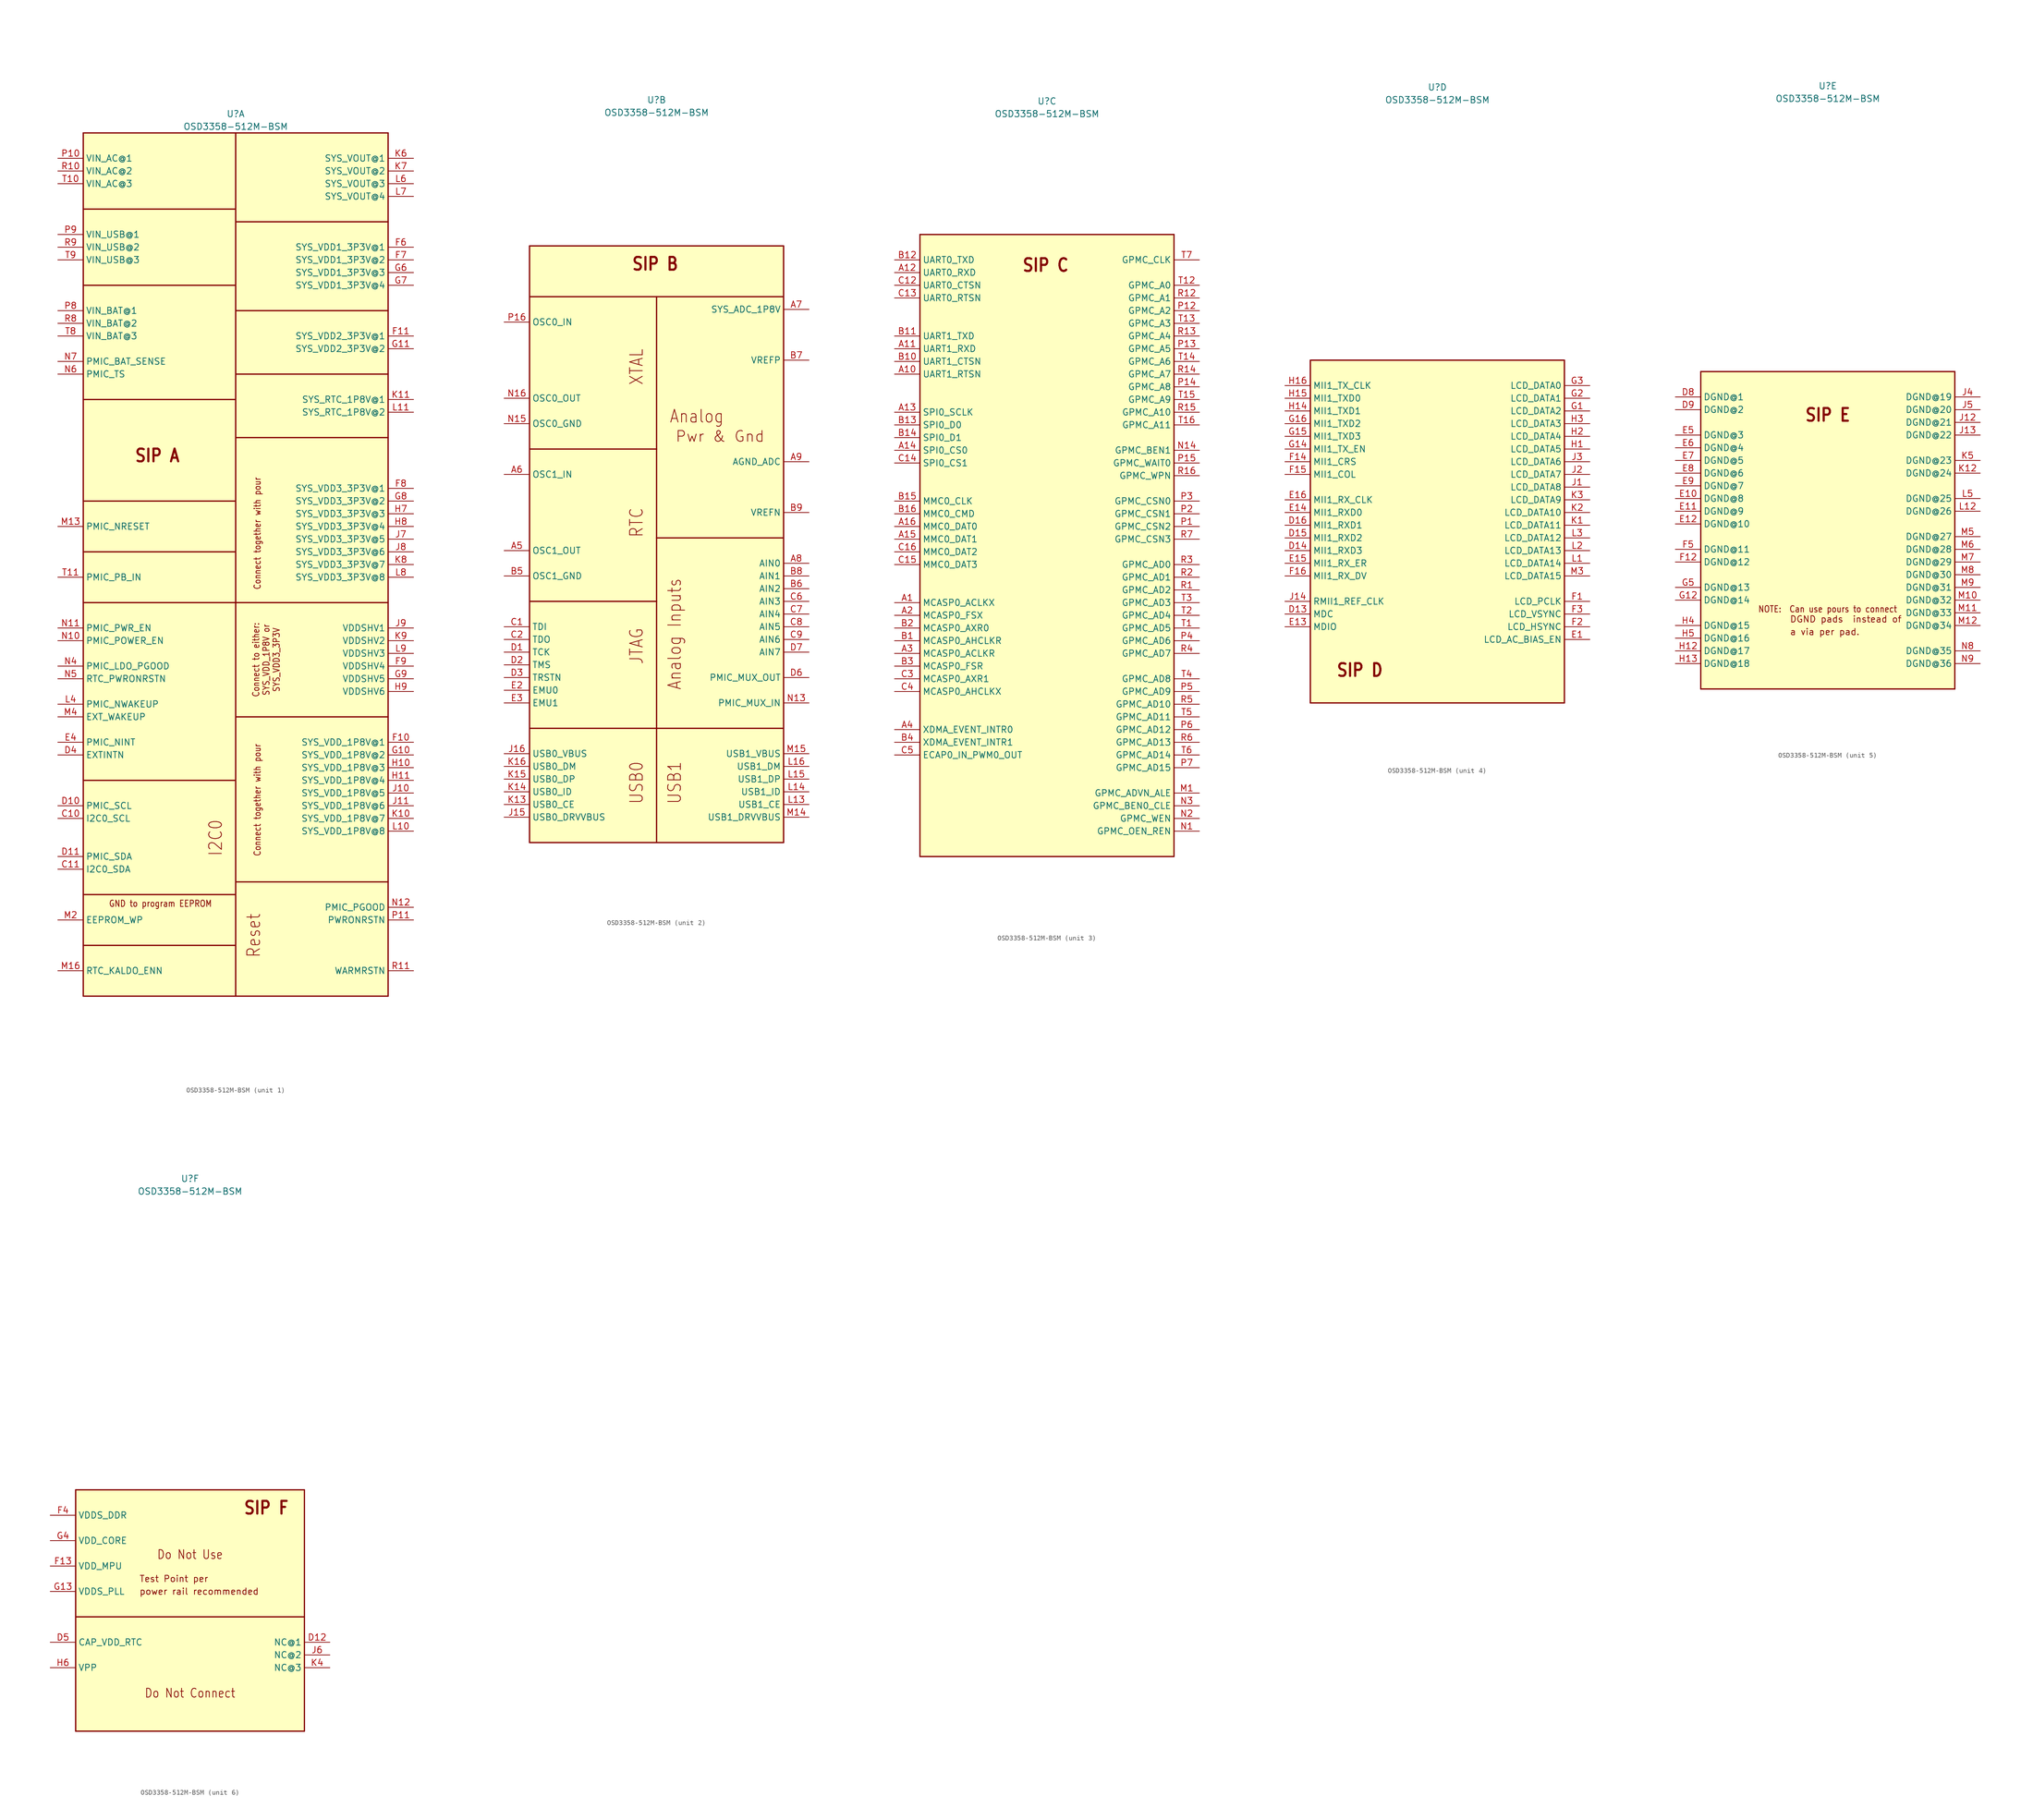
<source format=kicad_sym>
(kicad_symbol_lib
  (version 20220914)
  (generator kicad_symbol_editor)
  (symbol "OSD3358-512M-BSM"
    (property "Reference" "U"
      (at 0 87.63 0)
      (effects (font (size 1.27 1.27))))
    (property "Value" "OSD3358-512M-BSM"
      (at 0 85.09 0)
      (effects (font (size 1.27 1.27))))
    (property "ki_locked" ""
      (at 0 0 0)
      (effects (font (size 1.27 1.27))))
    (symbol "OSD3358-512M-BSM_1_0"
      (polyline (pts (xy -30.48 -88.9) (xy -30.48 -78.74)) (stroke (width 0.254) (type default)) (fill (type none)))
      (polyline (pts (xy -30.48 -88.9) (xy 0 -88.9)) (stroke (width 0.254) (type default)) (fill (type none)))
      (polyline (pts (xy -30.48 -78.74) (xy -30.48 -68.58)) (stroke (width 0.254) (type default)) (fill (type none)))
      (polyline (pts (xy -30.48 -68.58) (xy -30.48 -45.72)) (stroke (width 0.254) (type default)) (fill (type none)))
      (polyline (pts (xy -30.48 -45.72) (xy -30.48 -10.16)) (stroke (width 0.254) (type default)) (fill (type none)))
      (polyline (pts (xy -30.48 -10.16) (xy -30.48 0)) (stroke (width 0.254) (type default)) (fill (type none)))
      (polyline (pts (xy -30.48 0) (xy -30.48 10.16)) (stroke (width 0.254) (type default)) (fill (type none)))
      (polyline (pts (xy -30.48 10.16) (xy -30.48 30.48)) (stroke (width 0.254) (type default)) (fill (type none)))
      (polyline (pts (xy -30.48 30.48) (xy -30.48 53.34)) (stroke (width 0.254) (type default)) (fill (type none)))
      (polyline (pts (xy -30.48 53.34) (xy -30.48 68.58)) (stroke (width 0.254) (type default)) (fill (type none)))
      (polyline (pts (xy -30.48 68.58) (xy -30.48 83.82)) (stroke (width 0.254) (type default)) (fill (type none)))
      (polyline (pts (xy -30.48 83.82) (xy 0 83.82)) (stroke (width 0.254) (type default)) (fill (type none)))
      (polyline (pts (xy 0 -88.9) (xy 30.48 -88.9)) (stroke (width 0.254) (type default)) (fill (type none)))
      (polyline (pts (xy 0 -78.74) (xy -30.48 -78.74)) (stroke (width 0.254) (type default)) (fill (type none)))
      (polyline (pts (xy 0 -78.74) (xy 0 -88.9)) (stroke (width 0.254) (type default)) (fill (type none)))
      (polyline (pts (xy 0 -68.58) (xy -30.48 -68.58)) (stroke (width 0.254) (type default)) (fill (type none)))
      (polyline (pts (xy 0 -68.58) (xy 0 -78.74)) (stroke (width 0.254) (type default)) (fill (type none)))
      (polyline (pts (xy 0 -66.04) (xy 0 -68.58)) (stroke (width 0.254) (type default)) (fill (type none)))
      (polyline (pts (xy 0 -45.72) (xy -30.48 -45.72)) (stroke (width 0.254) (type default)) (fill (type none)))
      (polyline (pts (xy 0 -45.72) (xy 0 -66.04)) (stroke (width 0.254) (type default)) (fill (type none)))
      (polyline (pts (xy 0 -33.02) (xy 0 -45.72)) (stroke (width 0.254) (type default)) (fill (type none)))
      (polyline (pts (xy 0 -10.16) (xy -30.48 -10.16)) (stroke (width 0.254) (type default)) (fill (type none)))
      (polyline (pts (xy 0 -10.16) (xy 0 -33.02)) (stroke (width 0.254) (type default)) (fill (type none)))
      (polyline (pts (xy 0 0) (xy -30.48 0)) (stroke (width 0.254) (type default)) (fill (type none)))
      (polyline (pts (xy 0 0) (xy 0 -10.16)) (stroke (width 0.254) (type default)) (fill (type none)))
      (polyline (pts (xy 0 10.16) (xy -30.48 10.16)) (stroke (width 0.254) (type default)) (fill (type none)))
      (polyline (pts (xy 0 10.16) (xy 0 0)) (stroke (width 0.254) (type default)) (fill (type none)))
      (polyline (pts (xy 0 22.86) (xy 0 10.16)) (stroke (width 0.254) (type default)) (fill (type none)))
      (polyline (pts (xy 0 30.48) (xy -30.48 30.48)) (stroke (width 0.254) (type default)) (fill (type none)))
      (polyline (pts (xy 0 30.48) (xy 0 22.86)) (stroke (width 0.254) (type default)) (fill (type none)))
      (polyline (pts (xy 0 35.56) (xy 0 30.48)) (stroke (width 0.254) (type default)) (fill (type none)))
      (polyline (pts (xy 0 48.26) (xy 0 35.56)) (stroke (width 0.254) (type default)) (fill (type none)))
      (polyline (pts (xy 0 53.34) (xy -30.48 53.34)) (stroke (width 0.254) (type default)) (fill (type none)))
      (polyline (pts (xy 0 53.34) (xy 0 48.26)) (stroke (width 0.254) (type default)) (fill (type none)))
      (polyline (pts (xy 0 66.04) (xy 0 53.34)) (stroke (width 0.254) (type default)) (fill (type none)))
      (polyline (pts (xy 0 68.58) (xy -30.48 68.58)) (stroke (width 0.254) (type default)) (fill (type none)))
      (polyline (pts (xy 0 68.58) (xy 0 66.04)) (stroke (width 0.254) (type default)) (fill (type none)))
      (polyline (pts (xy 0 83.82) (xy 0 68.58)) (stroke (width 0.254) (type default)) (fill (type none)))
      (polyline (pts (xy 0 83.82) (xy 30.48 83.82)) (stroke (width 0.254) (type default)) (fill (type none)))
      (polyline (pts (xy 30.48 -66.04) (xy 0 -66.04)) (stroke (width 0.254) (type default)) (fill (type none)))
      (polyline (pts (xy 30.48 -66.04) (xy 30.48 -88.9)) (stroke (width 0.254) (type default)) (fill (type none)))
      (polyline (pts (xy 30.48 -33.02) (xy 0 -33.02)) (stroke (width 0.254) (type default)) (fill (type none)))
      (polyline (pts (xy 30.48 -33.02) (xy 30.48 -66.04)) (stroke (width 0.254) (type default)) (fill (type none)))
      (polyline (pts (xy 30.48 -10.16) (xy 0 -10.16)) (stroke (width 0.254) (type default)) (fill (type none)))
      (polyline (pts (xy 30.48 -10.16) (xy 30.48 -33.02)) (stroke (width 0.254) (type default)) (fill (type none)))
      (polyline (pts (xy 30.48 22.86) (xy 0 22.86)) (stroke (width 0.254) (type default)) (fill (type none)))
      (polyline (pts (xy 30.48 22.86) (xy 30.48 -10.16)) (stroke (width 0.254) (type default)) (fill (type none)))
      (polyline (pts (xy 30.48 35.56) (xy 0 35.56)) (stroke (width 0.254) (type default)) (fill (type none)))
      (polyline (pts (xy 30.48 35.56) (xy 30.48 22.86)) (stroke (width 0.254) (type default)) (fill (type none)))
      (polyline (pts (xy 30.48 48.26) (xy 0 48.26)) (stroke (width 0.254) (type default)) (fill (type none)))
      (polyline (pts (xy 30.48 48.26) (xy 30.48 35.56)) (stroke (width 0.254) (type default)) (fill (type none)))
      (polyline (pts (xy 30.48 66.04) (xy 0 66.04)) (stroke (width 0.254) (type default)) (fill (type none)))
      (polyline (pts (xy 30.48 66.04) (xy 30.48 48.26)) (stroke (width 0.254) (type default)) (fill (type none)))
      (polyline (pts (xy 30.48 83.82) (xy 30.48 66.04)) (stroke (width 0.254) (type default)) (fill (type none)))
      (text "Connect to either:\nSYS_VDD_1P8V or\nSYS_VDD3_3P3V" (at 8.89 -21.59 900) (effects (font (size 1.27 1.079)) (justify bottom)))
      (text "Connect together with pour" (at 5.08 -60.96 900) (effects (font (size 1.27 1.079)) (justify left bottom)))
      (text "Connect together with pour" (at 5.08 -7.62 900) (effects (font (size 1.27 1.079)) (justify left bottom)))
      (text "GND to program EEPROM" (at -25.4 -71.12 0) (effects (font (size 1.27 1.079)) (justify left bottom)))
      (text "I2C0" (at -2.54 -60.96 900) (effects (font (size 2.54 2.159)) (justify left bottom)))
      (text "Reset" (at 5.08 -81.28 900) (effects (font (size 2.54 2.159)) (justify left bottom)))
      (text "SIP A" (at -20.32 17.78 0) (effects (font (size 2.54 2.159) bold) (justify left bottom)))
      (pin bidirectional line (at -35.56 -53.34 0) (length 5.08) (name "I2C0_SCL" (effects (font (size 1.27 1.27)))) (number "C10" (effects (font (size 1.27 1.27)))))
      (pin bidirectional line (at -35.56 -63.5 0) (length 5.08) (name "I2C0_SDA" (effects (font (size 1.27 1.27)))) (number "C11" (effects (font (size 1.27 1.27)))))
      (pin bidirectional line (at -35.56 -50.8 0) (length 5.08) (name "PMIC_SCL" (effects (font (size 1.27 1.27)))) (number "D10" (effects (font (size 1.27 1.27)))))
      (pin bidirectional line (at -35.56 -60.96 0) (length 5.08) (name "PMIC_SDA" (effects (font (size 1.27 1.27)))) (number "D11" (effects (font (size 1.27 1.27)))))
      (pin bidirectional line (at -35.56 -40.64 0) (length 5.08) (name "EXTINTN" (effects (font (size 1.27 1.27)))) (number "D4" (effects (font (size 1.27 1.27)))))
      (pin output line (at -35.56 -38.1 0) (length 5.08) (name "PMIC_NINT" (effects (font (size 1.27 1.27)))) (number "E4" (effects (font (size 1.27 1.27)))))
      (pin power_in line (at 35.56 -38.1 180) (length 5.08) (name "SYS_VDD_1P8V@1" (effects (font (size 1.27 1.27)))) (number "F10" (effects (font (size 1.27 1.27)))))
      (pin power_in line (at 35.56 43.18 180) (length 5.08) (name "SYS_VDD2_3P3V@1" (effects (font (size 1.27 1.27)))) (number "F11" (effects (font (size 1.27 1.27)))))
      (pin power_in line (at 35.56 60.96 180) (length 5.08) (name "SYS_VDD1_3P3V@1" (effects (font (size 1.27 1.27)))) (number "F6" (effects (font (size 1.27 1.27)))))
      (pin power_in line (at 35.56 58.42 180) (length 5.08) (name "SYS_VDD1_3P3V@2" (effects (font (size 1.27 1.27)))) (number "F7" (effects (font (size 1.27 1.27)))))
      (pin power_in line (at 35.56 12.7 180) (length 5.08) (name "SYS_VDD3_3P3V@1" (effects (font (size 1.27 1.27)))) (number "F8" (effects (font (size 1.27 1.27)))))
      (pin power_in line (at 35.56 -22.86 180) (length 5.08) (name "VDDSHV4" (effects (font (size 1.27 1.27)))) (number "F9" (effects (font (size 1.27 1.27)))))
      (pin power_in line (at 35.56 -40.64 180) (length 5.08) (name "SYS_VDD_1P8V@2" (effects (font (size 1.27 1.27)))) (number "G10" (effects (font (size 1.27 1.27)))))
      (pin power_in line (at 35.56 40.64 180) (length 5.08) (name "SYS_VDD2_3P3V@2" (effects (font (size 1.27 1.27)))) (number "G11" (effects (font (size 1.27 1.27)))))
      (pin power_in line (at 35.56 55.88 180) (length 5.08) (name "SYS_VDD1_3P3V@3" (effects (font (size 1.27 1.27)))) (number "G6" (effects (font (size 1.27 1.27)))))
      (pin power_in line (at 35.56 53.34 180) (length 5.08) (name "SYS_VDD1_3P3V@4" (effects (font (size 1.27 1.27)))) (number "G7" (effects (font (size 1.27 1.27)))))
      (pin power_in line (at 35.56 10.16 180) (length 5.08) (name "SYS_VDD3_3P3V@2" (effects (font (size 1.27 1.27)))) (number "G8" (effects (font (size 1.27 1.27)))))
      (pin power_in line (at 35.56 -25.4 180) (length 5.08) (name "VDDSHV5" (effects (font (size 1.27 1.27)))) (number "G9" (effects (font (size 1.27 1.27)))))
      (pin power_in line (at 35.56 -43.18 180) (length 5.08) (name "SYS_VDD_1P8V@3" (effects (font (size 1.27 1.27)))) (number "H10" (effects (font (size 1.27 1.27)))))
      (pin power_in line (at 35.56 -45.72 180) (length 5.08) (name "SYS_VDD_1P8V@4" (effects (font (size 1.27 1.27)))) (number "H11" (effects (font (size 1.27 1.27)))))
      (pin power_in line (at 35.56 7.62 180) (length 5.08) (name "SYS_VDD3_3P3V@3" (effects (font (size 1.27 1.27)))) (number "H7" (effects (font (size 1.27 1.27)))))
      (pin power_in line (at 35.56 5.08 180) (length 5.08) (name "SYS_VDD3_3P3V@4" (effects (font (size 1.27 1.27)))) (number "H8" (effects (font (size 1.27 1.27)))))
      (pin power_in line (at 35.56 -27.94 180) (length 5.08) (name "VDDSHV6" (effects (font (size 1.27 1.27)))) (number "H9" (effects (font (size 1.27 1.27)))))
      (pin power_in line (at 35.56 -48.26 180) (length 5.08) (name "SYS_VDD_1P8V@5" (effects (font (size 1.27 1.27)))) (number "J10" (effects (font (size 1.27 1.27)))))
      (pin power_in line (at 35.56 -50.8 180) (length 5.08) (name "SYS_VDD_1P8V@6" (effects (font (size 1.27 1.27)))) (number "J11" (effects (font (size 1.27 1.27)))))
      (pin power_in line (at 35.56 2.54 180) (length 5.08) (name "SYS_VDD3_3P3V@5" (effects (font (size 1.27 1.27)))) (number "J7" (effects (font (size 1.27 1.27)))))
      (pin power_in line (at 35.56 0 180) (length 5.08) (name "SYS_VDD3_3P3V@6" (effects (font (size 1.27 1.27)))) (number "J8" (effects (font (size 1.27 1.27)))))
      (pin power_in line (at 35.56 -15.24 180) (length 5.08) (name "VDDSHV1" (effects (font (size 1.27 1.27)))) (number "J9" (effects (font (size 1.27 1.27)))))
      (pin power_in line (at 35.56 -53.34 180) (length 5.08) (name "SYS_VDD_1P8V@7" (effects (font (size 1.27 1.27)))) (number "K10" (effects (font (size 1.27 1.27)))))
      (pin power_in line (at 35.56 30.48 180) (length 5.08) (name "SYS_RTC_1P8V@1" (effects (font (size 1.27 1.27)))) (number "K11" (effects (font (size 1.27 1.27)))))
      (pin power_in line (at 35.56 78.74 180) (length 5.08) (name "SYS_VOUT@1" (effects (font (size 1.27 1.27)))) (number "K6" (effects (font (size 1.27 1.27)))))
      (pin power_in line (at 35.56 76.2 180) (length 5.08) (name "SYS_VOUT@2" (effects (font (size 1.27 1.27)))) (number "K7" (effects (font (size 1.27 1.27)))))
      (pin power_in line (at 35.56 -2.54 180) (length 5.08) (name "SYS_VDD3_3P3V@7" (effects (font (size 1.27 1.27)))) (number "K8" (effects (font (size 1.27 1.27)))))
      (pin power_in line (at 35.56 -17.78 180) (length 5.08) (name "VDDSHV2" (effects (font (size 1.27 1.27)))) (number "K9" (effects (font (size 1.27 1.27)))))
      (pin power_in line (at 35.56 -55.88 180) (length 5.08) (name "SYS_VDD_1P8V@8" (effects (font (size 1.27 1.27)))) (number "L10" (effects (font (size 1.27 1.27)))))
      (pin power_in line (at 35.56 27.94 180) (length 5.08) (name "SYS_RTC_1P8V@2" (effects (font (size 1.27 1.27)))) (number "L11" (effects (font (size 1.27 1.27)))))
      (pin output line (at -35.56 -30.48 0) (length 5.08) (name "PMIC_NWAKEUP" (effects (font (size 1.27 1.27)))) (number "L4" (effects (font (size 1.27 1.27)))))
      (pin power_in line (at 35.56 73.66 180) (length 5.08) (name "SYS_VOUT@3" (effects (font (size 1.27 1.27)))) (number "L6" (effects (font (size 1.27 1.27)))))
      (pin power_in line (at 35.56 71.12 180) (length 5.08) (name "SYS_VOUT@4" (effects (font (size 1.27 1.27)))) (number "L7" (effects (font (size 1.27 1.27)))))
      (pin power_in line (at 35.56 -5.08 180) (length 5.08) (name "SYS_VDD3_3P3V@8" (effects (font (size 1.27 1.27)))) (number "L8" (effects (font (size 1.27 1.27)))))
      (pin power_in line (at 35.56 -20.32 180) (length 5.08) (name "VDDSHV3" (effects (font (size 1.27 1.27)))) (number "L9" (effects (font (size 1.27 1.27)))))
      (pin bidirectional line (at -35.56 5.08 0) (length 5.08) (name "PMIC_NRESET" (effects (font (size 1.27 1.27)))) (number "M13" (effects (font (size 1.27 1.27)))))
      (pin bidirectional line (at -35.56 -83.82 0) (length 5.08) (name "RTC_KALDO_ENN" (effects (font (size 1.27 1.27)))) (number "M16" (effects (font (size 1.27 1.27)))))
      (pin bidirectional line (at -35.56 -73.66 0) (length 5.08) (name "EEPROM_WP" (effects (font (size 1.27 1.27)))) (number "M2" (effects (font (size 1.27 1.27)))))
      (pin bidirectional line (at -35.56 -33.02 0) (length 5.08) (name "EXT_WAKEUP" (effects (font (size 1.27 1.27)))) (number "M4" (effects (font (size 1.27 1.27)))))
      (pin output line (at -35.56 -17.78 0) (length 5.08) (name "PMIC_POWER_EN" (effects (font (size 1.27 1.27)))) (number "N10" (effects (font (size 1.27 1.27)))))
      (pin input line (at -35.56 -15.24 0) (length 5.08) (name "PMIC_PWR_EN" (effects (font (size 1.27 1.27)))) (number "N11" (effects (font (size 1.27 1.27)))))
      (pin output line (at 35.56 -71.12 180) (length 5.08) (name "PMIC_PGOOD" (effects (font (size 1.27 1.27)))) (number "N12" (effects (font (size 1.27 1.27)))))
      (pin output line (at -35.56 -22.86 0) (length 5.08) (name "PMIC_LDO_PGOOD" (effects (font (size 1.27 1.27)))) (number "N4" (effects (font (size 1.27 1.27)))))
      (pin bidirectional line (at -35.56 -25.4 0) (length 5.08) (name "RTC_PWRONRSTN" (effects (font (size 1.27 1.27)))) (number "N5" (effects (font (size 1.27 1.27)))))
      (pin bidirectional line (at -35.56 35.56 0) (length 5.08) (name "PMIC_TS" (effects (font (size 1.27 1.27)))) (number "N6" (effects (font (size 1.27 1.27)))))
      (pin bidirectional line (at -35.56 38.1 0) (length 5.08) (name "PMIC_BAT_SENSE" (effects (font (size 1.27 1.27)))) (number "N7" (effects (font (size 1.27 1.27)))))
      (pin power_in line (at -35.56 78.74 0) (length 5.08) (name "VIN_AC@1" (effects (font (size 1.27 1.27)))) (number "P10" (effects (font (size 1.27 1.27)))))
      (pin bidirectional line (at 35.56 -73.66 180) (length 5.08) (name "PWRONRSTN" (effects (font (size 1.27 1.27)))) (number "P11" (effects (font (size 1.27 1.27)))))
      (pin power_in line (at -35.56 48.26 0) (length 5.08) (name "VIN_BAT@1" (effects (font (size 1.27 1.27)))) (number "P8" (effects (font (size 1.27 1.27)))))
      (pin power_in line (at -35.56 63.5 0) (length 5.08) (name "VIN_USB@1" (effects (font (size 1.27 1.27)))) (number "P9" (effects (font (size 1.27 1.27)))))
      (pin power_in line (at -35.56 76.2 0) (length 5.08) (name "VIN_AC@2" (effects (font (size 1.27 1.27)))) (number "R10" (effects (font (size 1.27 1.27)))))
      (pin bidirectional line (at 35.56 -83.82 180) (length 5.08) (name "WARMRSTN" (effects (font (size 1.27 1.27)))) (number "R11" (effects (font (size 1.27 1.27)))))
      (pin power_in line (at -35.56 45.72 0) (length 5.08) (name "VIN_BAT@2" (effects (font (size 1.27 1.27)))) (number "R8" (effects (font (size 1.27 1.27)))))
      (pin power_in line (at -35.56 60.96 0) (length 5.08) (name "VIN_USB@2" (effects (font (size 1.27 1.27)))) (number "R9" (effects (font (size 1.27 1.27)))))
      (pin power_in line (at -35.56 73.66 0) (length 5.08) (name "VIN_AC@3" (effects (font (size 1.27 1.27)))) (number "T10" (effects (font (size 1.27 1.27)))))
      (pin bidirectional line (at -35.56 -5.08 0) (length 5.08) (name "PMIC_PB_IN" (effects (font (size 1.27 1.27)))) (number "T11" (effects (font (size 1.27 1.27)))))
      (pin power_in line (at -35.56 43.18 0) (length 5.08) (name "VIN_BAT@3" (effects (font (size 1.27 1.27)))) (number "T8" (effects (font (size 1.27 1.27)))))
      (pin power_in line (at -35.56 58.42 0) (length 5.08) (name "VIN_USB@3" (effects (font (size 1.27 1.27)))) (number "T9" (effects (font (size 1.27 1.27))))))
    (symbol "OSD3358-512M-BSM_1_1"
      (rectangle (start -30.48 83.82) (end 30.48 -88.9) (stroke (width 0) (type default)) (fill (type background))))
    (symbol "OSD3358-512M-BSM_2_0"
      (rectangle (start -25.4 58.42) (end 25.4 -60.96) (stroke (width 0) (type default)) (fill (type background)))
      (polyline (pts (xy -25.4 -60.96) (xy -25.4 -38.1)) (stroke (width 0.254) (type default)) (fill (type none)))
      (polyline (pts (xy -25.4 -38.1) (xy -25.4 -12.7)) (stroke (width 0.254) (type default)) (fill (type none)))
      (polyline (pts (xy -25.4 -38.1) (xy 25.4 -38.1)) (stroke (width 0.254) (type default)) (fill (type none)))
      (polyline (pts (xy -25.4 -12.7) (xy -25.4 17.78)) (stroke (width 0.254) (type default)) (fill (type none)))
      (polyline (pts (xy -25.4 -12.7) (xy 0 -12.7)) (stroke (width 0.254) (type default)) (fill (type none)))
      (polyline (pts (xy -25.4 17.78) (xy -25.4 48.26)) (stroke (width 0.254) (type default)) (fill (type none)))
      (polyline (pts (xy -25.4 17.78) (xy 0 17.78)) (stroke (width 0.254) (type default)) (fill (type none)))
      (polyline (pts (xy -25.4 48.26) (xy -25.4 58.42)) (stroke (width 0.254) (type default)) (fill (type none)))
      (polyline (pts (xy -25.4 48.26) (xy 0 48.26)) (stroke (width 0.254) (type default)) (fill (type none)))
      (polyline (pts (xy -25.4 58.42) (xy 25.4 58.42)) (stroke (width 0.254) (type default)) (fill (type none)))
      (polyline (pts (xy 0 -60.96) (xy -25.4 -60.96)) (stroke (width 0.254) (type default)) (fill (type none)))
      (polyline (pts (xy 0 -12.7) (xy 0 -60.96)) (stroke (width 0.254) (type default)) (fill (type none)))
      (polyline (pts (xy 0 0) (xy 0 -12.7)) (stroke (width 0.254) (type default)) (fill (type none)))
      (polyline (pts (xy 0 0) (xy 25.4 0)) (stroke (width 0.254) (type default)) (fill (type none)))
      (polyline (pts (xy 0 17.78) (xy 0 0)) (stroke (width 0.254) (type default)) (fill (type none)))
      (polyline (pts (xy 0 48.26) (xy 0 17.78)) (stroke (width 0.254) (type default)) (fill (type none)))
      (polyline (pts (xy 0 48.26) (xy 25.4 48.26)) (stroke (width 0.254) (type default)) (fill (type none)))
      (polyline (pts (xy 25.4 -60.96) (xy 0 -60.96)) (stroke (width 0.254) (type default)) (fill (type none)))
      (polyline (pts (xy 25.4 -38.1) (xy 25.4 -60.96)) (stroke (width 0.254) (type default)) (fill (type none)))
      (polyline (pts (xy 25.4 0) (xy 25.4 -38.1)) (stroke (width 0.254) (type default)) (fill (type none)))
      (polyline (pts (xy 25.4 48.26) (xy 25.4 0)) (stroke (width 0.254) (type default)) (fill (type none)))
      (polyline (pts (xy 25.4 58.42) (xy 25.4 48.26)) (stroke (width 0.254) (type default)) (fill (type none)))
      (text "Analog" (at 2.54 22.86 0) (effects (font (size 2.54 2.159)) (justify left bottom)))
      (text "Analog Inputs" (at 5.08 -30.48 900) (effects (font (size 2.54 2.159)) (justify left bottom)))
      (text "JTAG" (at -2.54 -25.4 900) (effects (font (size 2.54 2.159)) (justify left bottom)))
      (text "Pwr & Gnd" (at 12.7 20.32 0) (effects (font (size 2.159 2.159))))
      (text "RTC" (at -2.54 0 900) (effects (font (size 2.54 2.159)) (justify left bottom)))
      (text "SIP B" (at -5.08 53.34 0) (effects (font (size 2.54 2.159) bold) (justify left bottom)))
      (text "USB0" (at -2.54 -53.34 900) (effects (font (size 2.54 2.159)) (justify left bottom)))
      (text "USB1" (at 5.08 -53.34 900) (effects (font (size 2.54 2.159)) (justify left bottom)))
      (text "XTAL" (at -2.54 30.48 900) (effects (font (size 2.54 2.159)) (justify left bottom)))
      (pin bidirectional line (at -30.48 -2.54 0) (length 5.08) (name "OSC1_OUT" (effects (font (size 1.27 1.27)))) (number "A5" (effects (font (size 1.27 1.27)))))
      (pin bidirectional line (at -30.48 12.7 0) (length 5.08) (name "OSC1_IN" (effects (font (size 1.27 1.27)))) (number "A6" (effects (font (size 1.27 1.27)))))
      (pin bidirectional line (at 30.48 45.72 180) (length 5.08) (name "SYS_ADC_1P8V" (effects (font (size 1.27 1.27)))) (number "A7" (effects (font (size 1.27 1.27)))))
      (pin bidirectional line (at 30.48 -5.08 180) (length 5.08) (name "AIN0" (effects (font (size 1.27 1.27)))) (number "A8" (effects (font (size 1.27 1.27)))))
      (pin bidirectional line (at 30.48 15.24 180) (length 5.08) (name "AGND_ADC" (effects (font (size 1.27 1.27)))) (number "A9" (effects (font (size 1.27 1.27)))))
      (pin bidirectional line (at -30.48 -7.62 0) (length 5.08) (name "OSC1_GND" (effects (font (size 1.27 1.27)))) (number "B5" (effects (font (size 1.27 1.27)))))
      (pin bidirectional line (at 30.48 -10.16 180) (length 5.08) (name "AIN2" (effects (font (size 1.27 1.27)))) (number "B6" (effects (font (size 1.27 1.27)))))
      (pin bidirectional line (at 30.48 35.56 180) (length 5.08) (name "VREFP" (effects (font (size 1.27 1.27)))) (number "B7" (effects (font (size 1.27 1.27)))))
      (pin bidirectional line (at 30.48 -7.62 180) (length 5.08) (name "AIN1" (effects (font (size 1.27 1.27)))) (number "B8" (effects (font (size 1.27 1.27)))))
      (pin bidirectional line (at 30.48 5.08 180) (length 5.08) (name "VREFN" (effects (font (size 1.27 1.27)))) (number "B9" (effects (font (size 1.27 1.27)))))
      (pin bidirectional line (at -30.48 -17.78 0) (length 5.08) (name "TDI" (effects (font (size 1.27 1.27)))) (number "C1" (effects (font (size 1.27 1.27)))))
      (pin bidirectional line (at -30.48 -20.32 0) (length 5.08) (name "TDO" (effects (font (size 1.27 1.27)))) (number "C2" (effects (font (size 1.27 1.27)))))
      (pin bidirectional line (at 30.48 -12.7 180) (length 5.08) (name "AIN3" (effects (font (size 1.27 1.27)))) (number "C6" (effects (font (size 1.27 1.27)))))
      (pin bidirectional line (at 30.48 -15.24 180) (length 5.08) (name "AIN4" (effects (font (size 1.27 1.27)))) (number "C7" (effects (font (size 1.27 1.27)))))
      (pin bidirectional line (at 30.48 -17.78 180) (length 5.08) (name "AIN5" (effects (font (size 1.27 1.27)))) (number "C8" (effects (font (size 1.27 1.27)))))
      (pin bidirectional line (at 30.48 -20.32 180) (length 5.08) (name "AIN6" (effects (font (size 1.27 1.27)))) (number "C9" (effects (font (size 1.27 1.27)))))
      (pin bidirectional line (at -30.48 -22.86 0) (length 5.08) (name "TCK" (effects (font (size 1.27 1.27)))) (number "D1" (effects (font (size 1.27 1.27)))))
      (pin bidirectional line (at -30.48 -25.4 0) (length 5.08) (name "TMS" (effects (font (size 1.27 1.27)))) (number "D2" (effects (font (size 1.27 1.27)))))
      (pin bidirectional line (at -30.48 -27.94 0) (length 5.08) (name "TRSTN" (effects (font (size 1.27 1.27)))) (number "D3" (effects (font (size 1.27 1.27)))))
      (pin bidirectional line (at 30.48 -27.94 180) (length 5.08) (name "PMIC_MUX_OUT" (effects (font (size 1.27 1.27)))) (number "D6" (effects (font (size 1.27 1.27)))))
      (pin bidirectional line (at 30.48 -22.86 180) (length 5.08) (name "AIN7" (effects (font (size 1.27 1.27)))) (number "D7" (effects (font (size 1.27 1.27)))))
      (pin bidirectional line (at -30.48 -30.48 0) (length 5.08) (name "EMU0" (effects (font (size 1.27 1.27)))) (number "E2" (effects (font (size 1.27 1.27)))))
      (pin bidirectional line (at -30.48 -33.02 0) (length 5.08) (name "EMU1" (effects (font (size 1.27 1.27)))) (number "E3" (effects (font (size 1.27 1.27)))))
      (pin bidirectional line (at -30.48 -55.88 0) (length 5.08) (name "USB0_DRVVBUS" (effects (font (size 1.27 1.27)))) (number "J15" (effects (font (size 1.27 1.27)))))
      (pin bidirectional line (at -30.48 -43.18 0) (length 5.08) (name "USB0_VBUS" (effects (font (size 1.27 1.27)))) (number "J16" (effects (font (size 1.27 1.27)))))
      (pin bidirectional line (at -30.48 -53.34 0) (length 5.08) (name "USB0_CE" (effects (font (size 1.27 1.27)))) (number "K13" (effects (font (size 1.27 1.27)))))
      (pin bidirectional line (at -30.48 -50.8 0) (length 5.08) (name "USB0_ID" (effects (font (size 1.27 1.27)))) (number "K14" (effects (font (size 1.27 1.27)))))
      (pin bidirectional line (at -30.48 -48.26 0) (length 5.08) (name "USB0_DP" (effects (font (size 1.27 1.27)))) (number "K15" (effects (font (size 1.27 1.27)))))
      (pin bidirectional line (at -30.48 -45.72 0) (length 5.08) (name "USB0_DM" (effects (font (size 1.27 1.27)))) (number "K16" (effects (font (size 1.27 1.27)))))
      (pin bidirectional line (at 30.48 -53.34 180) (length 5.08) (name "USB1_CE" (effects (font (size 1.27 1.27)))) (number "L13" (effects (font (size 1.27 1.27)))))
      (pin bidirectional line (at 30.48 -50.8 180) (length 5.08) (name "USB1_ID" (effects (font (size 1.27 1.27)))) (number "L14" (effects (font (size 1.27 1.27)))))
      (pin bidirectional line (at 30.48 -48.26 180) (length 5.08) (name "USB1_DP" (effects (font (size 1.27 1.27)))) (number "L15" (effects (font (size 1.27 1.27)))))
      (pin bidirectional line (at 30.48 -45.72 180) (length 5.08) (name "USB1_DM" (effects (font (size 1.27 1.27)))) (number "L16" (effects (font (size 1.27 1.27)))))
      (pin bidirectional line (at 30.48 -55.88 180) (length 5.08) (name "USB1_DRVVBUS" (effects (font (size 1.27 1.27)))) (number "M14" (effects (font (size 1.27 1.27)))))
      (pin bidirectional line (at 30.48 -43.18 180) (length 5.08) (name "USB1_VBUS" (effects (font (size 1.27 1.27)))) (number "M15" (effects (font (size 1.27 1.27)))))
      (pin bidirectional line (at 30.48 -33.02 180) (length 5.08) (name "PMIC_MUX_IN" (effects (font (size 1.27 1.27)))) (number "N13" (effects (font (size 1.27 1.27)))))
      (pin bidirectional line (at -30.48 22.86 0) (length 5.08) (name "OSC0_GND" (effects (font (size 1.27 1.27)))) (number "N15" (effects (font (size 1.27 1.27)))))
      (pin bidirectional line (at -30.48 27.94 0) (length 5.08) (name "OSC0_OUT" (effects (font (size 1.27 1.27)))) (number "N16" (effects (font (size 1.27 1.27)))))
      (pin bidirectional line (at -30.48 43.18 0) (length 5.08) (name "OSC0_IN" (effects (font (size 1.27 1.27)))) (number "P16" (effects (font (size 1.27 1.27))))))
    (symbol "OSD3358-512M-BSM_3_0"
      (rectangle (start -25.4 60.96) (end 25.4 -63.5) (stroke (width 0) (type default)) (fill (type background)))
      (polyline (pts (xy -25.4 -63.5) (xy -25.4 60.96)) (stroke (width 0.254) (type default)) (fill (type none)))
      (polyline (pts (xy -25.4 60.96) (xy 25.4 60.96)) (stroke (width 0.254) (type default)) (fill (type none)))
      (polyline (pts (xy 25.4 -63.5) (xy -25.4 -63.5)) (stroke (width 0.254) (type default)) (fill (type none)))
      (polyline (pts (xy 25.4 60.96) (xy 25.4 -63.5)) (stroke (width 0.254) (type default)) (fill (type none)))
      (text "SIP C" (at -5.08 53.34 0) (effects (font (size 2.54 2.159) bold) (justify left bottom)))
      (pin bidirectional line (at -30.48 -12.7 0) (length 5.08) (name "MCASP0_ACLKX" (effects (font (size 1.27 1.27)))) (number "A1" (effects (font (size 1.27 1.27)))))
      (pin bidirectional line (at -30.48 33.02 0) (length 5.08) (name "UART1_RTSN" (effects (font (size 1.27 1.27)))) (number "A10" (effects (font (size 1.27 1.27)))))
      (pin bidirectional line (at -30.48 38.1 0) (length 5.08) (name "UART1_RXD" (effects (font (size 1.27 1.27)))) (number "A11" (effects (font (size 1.27 1.27)))))
      (pin bidirectional line (at -30.48 53.34 0) (length 5.08) (name "UART0_RXD" (effects (font (size 1.27 1.27)))) (number "A12" (effects (font (size 1.27 1.27)))))
      (pin bidirectional line (at -30.48 25.4 0) (length 5.08) (name "SPI0_SCLK" (effects (font (size 1.27 1.27)))) (number "A13" (effects (font (size 1.27 1.27)))))
      (pin bidirectional line (at -30.48 17.78 0) (length 5.08) (name "SPI0_CS0" (effects (font (size 1.27 1.27)))) (number "A14" (effects (font (size 1.27 1.27)))))
      (pin bidirectional line (at -30.48 0 0) (length 5.08) (name "MMC0_DAT1" (effects (font (size 1.27 1.27)))) (number "A15" (effects (font (size 1.27 1.27)))))
      (pin bidirectional line (at -30.48 2.54 0) (length 5.08) (name "MMC0_DAT0" (effects (font (size 1.27 1.27)))) (number "A16" (effects (font (size 1.27 1.27)))))
      (pin bidirectional line (at -30.48 -15.24 0) (length 5.08) (name "MCASP0_FSX" (effects (font (size 1.27 1.27)))) (number "A2" (effects (font (size 1.27 1.27)))))
      (pin bidirectional line (at -30.48 -22.86 0) (length 5.08) (name "MCASP0_ACLKR" (effects (font (size 1.27 1.27)))) (number "A3" (effects (font (size 1.27 1.27)))))
      (pin bidirectional line (at -30.48 -38.1 0) (length 5.08) (name "XDMA_EVENT_INTR0" (effects (font (size 1.27 1.27)))) (number "A4" (effects (font (size 1.27 1.27)))))
      (pin bidirectional line (at -30.48 -20.32 0) (length 5.08) (name "MCASP0_AHCLKR" (effects (font (size 1.27 1.27)))) (number "B1" (effects (font (size 1.27 1.27)))))
      (pin bidirectional line (at -30.48 35.56 0) (length 5.08) (name "UART1_CTSN" (effects (font (size 1.27 1.27)))) (number "B10" (effects (font (size 1.27 1.27)))))
      (pin bidirectional line (at -30.48 40.64 0) (length 5.08) (name "UART1_TXD" (effects (font (size 1.27 1.27)))) (number "B11" (effects (font (size 1.27 1.27)))))
      (pin bidirectional line (at -30.48 55.88 0) (length 5.08) (name "UART0_TXD" (effects (font (size 1.27 1.27)))) (number "B12" (effects (font (size 1.27 1.27)))))
      (pin bidirectional line (at -30.48 22.86 0) (length 5.08) (name "SPI0_D0" (effects (font (size 1.27 1.27)))) (number "B13" (effects (font (size 1.27 1.27)))))
      (pin bidirectional line (at -30.48 20.32 0) (length 5.08) (name "SPI0_D1" (effects (font (size 1.27 1.27)))) (number "B14" (effects (font (size 1.27 1.27)))))
      (pin bidirectional line (at -30.48 7.62 0) (length 5.08) (name "MMC0_CLK" (effects (font (size 1.27 1.27)))) (number "B15" (effects (font (size 1.27 1.27)))))
      (pin bidirectional line (at -30.48 5.08 0) (length 5.08) (name "MMC0_CMD" (effects (font (size 1.27 1.27)))) (number "B16" (effects (font (size 1.27 1.27)))))
      (pin bidirectional line (at -30.48 -17.78 0) (length 5.08) (name "MCASP0_AXR0" (effects (font (size 1.27 1.27)))) (number "B2" (effects (font (size 1.27 1.27)))))
      (pin bidirectional line (at -30.48 -25.4 0) (length 5.08) (name "MCASP0_FSR" (effects (font (size 1.27 1.27)))) (number "B3" (effects (font (size 1.27 1.27)))))
      (pin bidirectional line (at -30.48 -40.64 0) (length 5.08) (name "XDMA_EVENT_INTR1" (effects (font (size 1.27 1.27)))) (number "B4" (effects (font (size 1.27 1.27)))))
      (pin bidirectional line (at -30.48 50.8 0) (length 5.08) (name "UART0_CTSN" (effects (font (size 1.27 1.27)))) (number "C12" (effects (font (size 1.27 1.27)))))
      (pin bidirectional line (at -30.48 48.26 0) (length 5.08) (name "UART0_RTSN" (effects (font (size 1.27 1.27)))) (number "C13" (effects (font (size 1.27 1.27)))))
      (pin bidirectional line (at -30.48 15.24 0) (length 5.08) (name "SPI0_CS1" (effects (font (size 1.27 1.27)))) (number "C14" (effects (font (size 1.27 1.27)))))
      (pin bidirectional line (at -30.48 -5.08 0) (length 5.08) (name "MMC0_DAT3" (effects (font (size 1.27 1.27)))) (number "C15" (effects (font (size 1.27 1.27)))))
      (pin bidirectional line (at -30.48 -2.54 0) (length 5.08) (name "MMC0_DAT2" (effects (font (size 1.27 1.27)))) (number "C16" (effects (font (size 1.27 1.27)))))
      (pin bidirectional line (at -30.48 -27.94 0) (length 5.08) (name "MCASP0_AXR1" (effects (font (size 1.27 1.27)))) (number "C3" (effects (font (size 1.27 1.27)))))
      (pin bidirectional line (at -30.48 -30.48 0) (length 5.08) (name "MCASP0_AHCLKX" (effects (font (size 1.27 1.27)))) (number "C4" (effects (font (size 1.27 1.27)))))
      (pin bidirectional line (at -30.48 -43.18 0) (length 5.08) (name "ECAP0_IN_PWM0_OUT" (effects (font (size 1.27 1.27)))) (number "C5" (effects (font (size 1.27 1.27)))))
      (pin bidirectional line (at 30.48 -50.8 180) (length 5.08) (name "GPMC_ADVN_ALE" (effects (font (size 1.27 1.27)))) (number "M1" (effects (font (size 1.27 1.27)))))
      (pin bidirectional line (at 30.48 -58.42 180) (length 5.08) (name "GPMC_OEN_REN" (effects (font (size 1.27 1.27)))) (number "N1" (effects (font (size 1.27 1.27)))))
      (pin bidirectional line (at 30.48 17.78 180) (length 5.08) (name "GPMC_BEN1" (effects (font (size 1.27 1.27)))) (number "N14" (effects (font (size 1.27 1.27)))))
      (pin bidirectional line (at 30.48 -55.88 180) (length 5.08) (name "GPMC_WEN" (effects (font (size 1.27 1.27)))) (number "N2" (effects (font (size 1.27 1.27)))))
      (pin bidirectional line (at 30.48 -53.34 180) (length 5.08) (name "GPMC_BEN0_CLE" (effects (font (size 1.27 1.27)))) (number "N3" (effects (font (size 1.27 1.27)))))
      (pin bidirectional line (at 30.48 2.54 180) (length 5.08) (name "GPMC_CSN2" (effects (font (size 1.27 1.27)))) (number "P1" (effects (font (size 1.27 1.27)))))
      (pin bidirectional line (at 30.48 45.72 180) (length 5.08) (name "GPMC_A2" (effects (font (size 1.27 1.27)))) (number "P12" (effects (font (size 1.27 1.27)))))
      (pin bidirectional line (at 30.48 38.1 180) (length 5.08) (name "GPMC_A5" (effects (font (size 1.27 1.27)))) (number "P13" (effects (font (size 1.27 1.27)))))
      (pin bidirectional line (at 30.48 30.48 180) (length 5.08) (name "GPMC_A8" (effects (font (size 1.27 1.27)))) (number "P14" (effects (font (size 1.27 1.27)))))
      (pin bidirectional line (at 30.48 15.24 180) (length 5.08) (name "GPMC_WAIT0" (effects (font (size 1.27 1.27)))) (number "P15" (effects (font (size 1.27 1.27)))))
      (pin bidirectional line (at 30.48 5.08 180) (length 5.08) (name "GPMC_CSN1" (effects (font (size 1.27 1.27)))) (number "P2" (effects (font (size 1.27 1.27)))))
      (pin bidirectional line (at 30.48 7.62 180) (length 5.08) (name "GPMC_CSN0" (effects (font (size 1.27 1.27)))) (number "P3" (effects (font (size 1.27 1.27)))))
      (pin bidirectional line (at 30.48 -20.32 180) (length 5.08) (name "GPMC_AD6" (effects (font (size 1.27 1.27)))) (number "P4" (effects (font (size 1.27 1.27)))))
      (pin bidirectional line (at 30.48 -30.48 180) (length 5.08) (name "GPMC_AD9" (effects (font (size 1.27 1.27)))) (number "P5" (effects (font (size 1.27 1.27)))))
      (pin bidirectional line (at 30.48 -38.1 180) (length 5.08) (name "GPMC_AD12" (effects (font (size 1.27 1.27)))) (number "P6" (effects (font (size 1.27 1.27)))))
      (pin bidirectional line (at 30.48 -45.72 180) (length 5.08) (name "GPMC_AD15" (effects (font (size 1.27 1.27)))) (number "P7" (effects (font (size 1.27 1.27)))))
      (pin bidirectional line (at 30.48 -10.16 180) (length 5.08) (name "GPMC_AD2" (effects (font (size 1.27 1.27)))) (number "R1" (effects (font (size 1.27 1.27)))))
      (pin bidirectional line (at 30.48 48.26 180) (length 5.08) (name "GPMC_A1" (effects (font (size 1.27 1.27)))) (number "R12" (effects (font (size 1.27 1.27)))))
      (pin bidirectional line (at 30.48 40.64 180) (length 5.08) (name "GPMC_A4" (effects (font (size 1.27 1.27)))) (number "R13" (effects (font (size 1.27 1.27)))))
      (pin bidirectional line (at 30.48 33.02 180) (length 5.08) (name "GPMC_A7" (effects (font (size 1.27 1.27)))) (number "R14" (effects (font (size 1.27 1.27)))))
      (pin bidirectional line (at 30.48 25.4 180) (length 5.08) (name "GPMC_A10" (effects (font (size 1.27 1.27)))) (number "R15" (effects (font (size 1.27 1.27)))))
      (pin bidirectional line (at 30.48 12.7 180) (length 5.08) (name "GPMC_WPN" (effects (font (size 1.27 1.27)))) (number "R16" (effects (font (size 1.27 1.27)))))
      (pin bidirectional line (at 30.48 -7.62 180) (length 5.08) (name "GPMC_AD1" (effects (font (size 1.27 1.27)))) (number "R2" (effects (font (size 1.27 1.27)))))
      (pin bidirectional line (at 30.48 -5.08 180) (length 5.08) (name "GPMC_AD0" (effects (font (size 1.27 1.27)))) (number "R3" (effects (font (size 1.27 1.27)))))
      (pin bidirectional line (at 30.48 -22.86 180) (length 5.08) (name "GPMC_AD7" (effects (font (size 1.27 1.27)))) (number "R4" (effects (font (size 1.27 1.27)))))
      (pin bidirectional line (at 30.48 -33.02 180) (length 5.08) (name "GPMC_AD10" (effects (font (size 1.27 1.27)))) (number "R5" (effects (font (size 1.27 1.27)))))
      (pin bidirectional line (at 30.48 -40.64 180) (length 5.08) (name "GPMC_AD13" (effects (font (size 1.27 1.27)))) (number "R6" (effects (font (size 1.27 1.27)))))
      (pin bidirectional line (at 30.48 0 180) (length 5.08) (name "GPMC_CSN3" (effects (font (size 1.27 1.27)))) (number "R7" (effects (font (size 1.27 1.27)))))
      (pin bidirectional line (at 30.48 -17.78 180) (length 5.08) (name "GPMC_AD5" (effects (font (size 1.27 1.27)))) (number "T1" (effects (font (size 1.27 1.27)))))
      (pin bidirectional line (at 30.48 50.8 180) (length 5.08) (name "GPMC_A0" (effects (font (size 1.27 1.27)))) (number "T12" (effects (font (size 1.27 1.27)))))
      (pin bidirectional line (at 30.48 43.18 180) (length 5.08) (name "GPMC_A3" (effects (font (size 1.27 1.27)))) (number "T13" (effects (font (size 1.27 1.27)))))
      (pin bidirectional line (at 30.48 35.56 180) (length 5.08) (name "GPMC_A6" (effects (font (size 1.27 1.27)))) (number "T14" (effects (font (size 1.27 1.27)))))
      (pin bidirectional line (at 30.48 27.94 180) (length 5.08) (name "GPMC_A9" (effects (font (size 1.27 1.27)))) (number "T15" (effects (font (size 1.27 1.27)))))
      (pin bidirectional line (at 30.48 22.86 180) (length 5.08) (name "GPMC_A11" (effects (font (size 1.27 1.27)))) (number "T16" (effects (font (size 1.27 1.27)))))
      (pin bidirectional line (at 30.48 -15.24 180) (length 5.08) (name "GPMC_AD4" (effects (font (size 1.27 1.27)))) (number "T2" (effects (font (size 1.27 1.27)))))
      (pin bidirectional line (at 30.48 -12.7 180) (length 5.08) (name "GPMC_AD3" (effects (font (size 1.27 1.27)))) (number "T3" (effects (font (size 1.27 1.27)))))
      (pin bidirectional line (at 30.48 -27.94 180) (length 5.08) (name "GPMC_AD8" (effects (font (size 1.27 1.27)))) (number "T4" (effects (font (size 1.27 1.27)))))
      (pin bidirectional line (at 30.48 -35.56 180) (length 5.08) (name "GPMC_AD11" (effects (font (size 1.27 1.27)))) (number "T5" (effects (font (size 1.27 1.27)))))
      (pin bidirectional line (at 30.48 -43.18 180) (length 5.08) (name "GPMC_AD14" (effects (font (size 1.27 1.27)))) (number "T6" (effects (font (size 1.27 1.27)))))
      (pin bidirectional line (at 30.48 55.88 180) (length 5.08) (name "GPMC_CLK" (effects (font (size 1.27 1.27)))) (number "T7" (effects (font (size 1.27 1.27))))))
    (symbol "OSD3358-512M-BSM_4_0"
      (rectangle (start -25.4 33.02) (end 25.4 -35.56) (stroke (width 0) (type default)) (fill (type background)))
      (polyline (pts (xy -25.4 -35.56) (xy -25.4 33.02)) (stroke (width 0.254) (type default)) (fill (type none)))
      (polyline (pts (xy -25.4 33.02) (xy 25.4 33.02)) (stroke (width 0.254) (type default)) (fill (type none)))
      (polyline (pts (xy 25.4 -35.56) (xy -25.4 -35.56)) (stroke (width 0.254) (type default)) (fill (type none)))
      (polyline (pts (xy 25.4 33.02) (xy 25.4 -35.56)) (stroke (width 0.254) (type default)) (fill (type none)))
      (text "SIP D" (at -20.32 -30.48 0) (effects (font (size 2.54 2.159) bold) (justify left bottom)))
      (pin bidirectional line (at -30.48 -17.78 0) (length 5.08) (name "MDC" (effects (font (size 1.27 1.27)))) (number "D13" (effects (font (size 1.27 1.27)))))
      (pin bidirectional line (at -30.48 -5.08 0) (length 5.08) (name "MII1_RXD3" (effects (font (size 1.27 1.27)))) (number "D14" (effects (font (size 1.27 1.27)))))
      (pin bidirectional line (at -30.48 -2.54 0) (length 5.08) (name "MII1_RXD2" (effects (font (size 1.27 1.27)))) (number "D15" (effects (font (size 1.27 1.27)))))
      (pin bidirectional line (at -30.48 0 0) (length 5.08) (name "MII1_RXD1" (effects (font (size 1.27 1.27)))) (number "D16" (effects (font (size 1.27 1.27)))))
      (pin bidirectional line (at 30.48 -22.86 180) (length 5.08) (name "LCD_AC_BIAS_EN" (effects (font (size 1.27 1.27)))) (number "E1" (effects (font (size 1.27 1.27)))))
      (pin bidirectional line (at -30.48 -20.32 0) (length 5.08) (name "MDIO" (effects (font (size 1.27 1.27)))) (number "E13" (effects (font (size 1.27 1.27)))))
      (pin bidirectional line (at -30.48 2.54 0) (length 5.08) (name "MII1_RXD0" (effects (font (size 1.27 1.27)))) (number "E14" (effects (font (size 1.27 1.27)))))
      (pin bidirectional line (at -30.48 -7.62 0) (length 5.08) (name "MII1_RX_ER" (effects (font (size 1.27 1.27)))) (number "E15" (effects (font (size 1.27 1.27)))))
      (pin bidirectional line (at -30.48 5.08 0) (length 5.08) (name "MII1_RX_CLK" (effects (font (size 1.27 1.27)))) (number "E16" (effects (font (size 1.27 1.27)))))
      (pin bidirectional line (at 30.48 -15.24 180) (length 5.08) (name "LCD_PCLK" (effects (font (size 1.27 1.27)))) (number "F1" (effects (font (size 1.27 1.27)))))
      (pin bidirectional line (at -30.48 12.7 0) (length 5.08) (name "MII1_CRS" (effects (font (size 1.27 1.27)))) (number "F14" (effects (font (size 1.27 1.27)))))
      (pin bidirectional line (at -30.48 10.16 0) (length 5.08) (name "MII1_COL" (effects (font (size 1.27 1.27)))) (number "F15" (effects (font (size 1.27 1.27)))))
      (pin bidirectional line (at -30.48 -10.16 0) (length 5.08) (name "MII1_RX_DV" (effects (font (size 1.27 1.27)))) (number "F16" (effects (font (size 1.27 1.27)))))
      (pin bidirectional line (at 30.48 -20.32 180) (length 5.08) (name "LCD_HSYNC" (effects (font (size 1.27 1.27)))) (number "F2" (effects (font (size 1.27 1.27)))))
      (pin bidirectional line (at 30.48 -17.78 180) (length 5.08) (name "LCD_VSYNC" (effects (font (size 1.27 1.27)))) (number "F3" (effects (font (size 1.27 1.27)))))
      (pin bidirectional line (at 30.48 22.86 180) (length 5.08) (name "LCD_DATA2" (effects (font (size 1.27 1.27)))) (number "G1" (effects (font (size 1.27 1.27)))))
      (pin bidirectional line (at -30.48 15.24 0) (length 5.08) (name "MII1_TX_EN" (effects (font (size 1.27 1.27)))) (number "G14" (effects (font (size 1.27 1.27)))))
      (pin bidirectional line (at -30.48 17.78 0) (length 5.08) (name "MII1_TXD3" (effects (font (size 1.27 1.27)))) (number "G15" (effects (font (size 1.27 1.27)))))
      (pin bidirectional line (at -30.48 20.32 0) (length 5.08) (name "MII1_TXD2" (effects (font (size 1.27 1.27)))) (number "G16" (effects (font (size 1.27 1.27)))))
      (pin bidirectional line (at 30.48 25.4 180) (length 5.08) (name "LCD_DATA1" (effects (font (size 1.27 1.27)))) (number "G2" (effects (font (size 1.27 1.27)))))
      (pin bidirectional line (at 30.48 27.94 180) (length 5.08) (name "LCD_DATA0" (effects (font (size 1.27 1.27)))) (number "G3" (effects (font (size 1.27 1.27)))))
      (pin bidirectional line (at 30.48 15.24 180) (length 5.08) (name "LCD_DATA5" (effects (font (size 1.27 1.27)))) (number "H1" (effects (font (size 1.27 1.27)))))
      (pin bidirectional line (at -30.48 22.86 0) (length 5.08) (name "MII1_TXD1" (effects (font (size 1.27 1.27)))) (number "H14" (effects (font (size 1.27 1.27)))))
      (pin bidirectional line (at -30.48 25.4 0) (length 5.08) (name "MII1_TXD0" (effects (font (size 1.27 1.27)))) (number "H15" (effects (font (size 1.27 1.27)))))
      (pin bidirectional line (at -30.48 27.94 0) (length 5.08) (name "MII1_TX_CLK" (effects (font (size 1.27 1.27)))) (number "H16" (effects (font (size 1.27 1.27)))))
      (pin bidirectional line (at 30.48 17.78 180) (length 5.08) (name "LCD_DATA4" (effects (font (size 1.27 1.27)))) (number "H2" (effects (font (size 1.27 1.27)))))
      (pin bidirectional line (at 30.48 20.32 180) (length 5.08) (name "LCD_DATA3" (effects (font (size 1.27 1.27)))) (number "H3" (effects (font (size 1.27 1.27)))))
      (pin bidirectional line (at 30.48 7.62 180) (length 5.08) (name "LCD_DATA8" (effects (font (size 1.27 1.27)))) (number "J1" (effects (font (size 1.27 1.27)))))
      (pin bidirectional line (at -30.48 -15.24 0) (length 5.08) (name "RMII1_REF_CLK" (effects (font (size 1.27 1.27)))) (number "J14" (effects (font (size 1.27 1.27)))))
      (pin bidirectional line (at 30.48 10.16 180) (length 5.08) (name "LCD_DATA7" (effects (font (size 1.27 1.27)))) (number "J2" (effects (font (size 1.27 1.27)))))
      (pin bidirectional line (at 30.48 12.7 180) (length 5.08) (name "LCD_DATA6" (effects (font (size 1.27 1.27)))) (number "J3" (effects (font (size 1.27 1.27)))))
      (pin bidirectional line (at 30.48 0 180) (length 5.08) (name "LCD_DATA11" (effects (font (size 1.27 1.27)))) (number "K1" (effects (font (size 1.27 1.27)))))
      (pin bidirectional line (at 30.48 2.54 180) (length 5.08) (name "LCD_DATA10" (effects (font (size 1.27 1.27)))) (number "K2" (effects (font (size 1.27 1.27)))))
      (pin bidirectional line (at 30.48 5.08 180) (length 5.08) (name "LCD_DATA9" (effects (font (size 1.27 1.27)))) (number "K3" (effects (font (size 1.27 1.27)))))
      (pin bidirectional line (at 30.48 -7.62 180) (length 5.08) (name "LCD_DATA14" (effects (font (size 1.27 1.27)))) (number "L1" (effects (font (size 1.27 1.27)))))
      (pin bidirectional line (at 30.48 -5.08 180) (length 5.08) (name "LCD_DATA13" (effects (font (size 1.27 1.27)))) (number "L2" (effects (font (size 1.27 1.27)))))
      (pin bidirectional line (at 30.48 -2.54 180) (length 5.08) (name "LCD_DATA12" (effects (font (size 1.27 1.27)))) (number "L3" (effects (font (size 1.27 1.27)))))
      (pin bidirectional line (at 30.48 -10.16 180) (length 5.08) (name "LCD_DATA15" (effects (font (size 1.27 1.27)))) (number "M3" (effects (font (size 1.27 1.27))))))
    (symbol "OSD3358-512M-BSM_5_0"
      (rectangle (start -25.4 30.48) (end 25.4 -33.02) (stroke (width 0) (type default)) (fill (type background)))
      (polyline (pts (xy -25.4 -33.02) (xy -25.4 30.48)) (stroke (width 0.254) (type default)) (fill (type none)))
      (polyline (pts (xy -25.4 30.48) (xy 25.4 30.48)) (stroke (width 0.254) (type default)) (fill (type none)))
      (polyline (pts (xy 25.4 -33.02) (xy -25.4 -33.02)) (stroke (width 0.254) (type default)) (fill (type none)))
      (polyline (pts (xy 25.4 30.48) (xy 25.4 -33.02)) (stroke (width 0.254) (type default)) (fill (type none)))
      (text "a via per pad." (at -7.62 -21.59 0) (effects (font (size 1.27 1.27)) (justify left)))
      (text "DGND pads  instead of " (at -7.62 -19.05 0) (effects (font (size 1.27 1.27)) (justify left)))
      (text "NOTE:  Can use pours to connect" (at -13.97 -17.78 0) (effects (font (size 1.27 1.079)) (justify left bottom)))
      (text "SIP E" (at 0 20.32 0) (effects (font (size 2.54 2.159) bold) (justify bottom)))
      (pin bidirectional line (at -30.48 25.4 0) (length 5.08) (name "DGND@1" (effects (font (size 1.27 1.27)))) (number "D8" (effects (font (size 1.27 1.27)))))
      (pin bidirectional line (at -30.48 22.86 0) (length 5.08) (name "DGND@2" (effects (font (size 1.27 1.27)))) (number "D9" (effects (font (size 1.27 1.27)))))
      (pin bidirectional line (at -30.48 5.08 0) (length 5.08) (name "DGND@8" (effects (font (size 1.27 1.27)))) (number "E10" (effects (font (size 1.27 1.27)))))
      (pin bidirectional line (at -30.48 2.54 0) (length 5.08) (name "DGND@9" (effects (font (size 1.27 1.27)))) (number "E11" (effects (font (size 1.27 1.27)))))
      (pin bidirectional line (at -30.48 0 0) (length 5.08) (name "DGND@10" (effects (font (size 1.27 1.27)))) (number "E12" (effects (font (size 1.27 1.27)))))
      (pin bidirectional line (at -30.48 17.78 0) (length 5.08) (name "DGND@3" (effects (font (size 1.27 1.27)))) (number "E5" (effects (font (size 1.27 1.27)))))
      (pin bidirectional line (at -30.48 15.24 0) (length 5.08) (name "DGND@4" (effects (font (size 1.27 1.27)))) (number "E6" (effects (font (size 1.27 1.27)))))
      (pin bidirectional line (at -30.48 12.7 0) (length 5.08) (name "DGND@5" (effects (font (size 1.27 1.27)))) (number "E7" (effects (font (size 1.27 1.27)))))
      (pin bidirectional line (at -30.48 10.16 0) (length 5.08) (name "DGND@6" (effects (font (size 1.27 1.27)))) (number "E8" (effects (font (size 1.27 1.27)))))
      (pin bidirectional line (at -30.48 7.62 0) (length 5.08) (name "DGND@7" (effects (font (size 1.27 1.27)))) (number "E9" (effects (font (size 1.27 1.27)))))
      (pin bidirectional line (at -30.48 -7.62 0) (length 5.08) (name "DGND@12" (effects (font (size 1.27 1.27)))) (number "F12" (effects (font (size 1.27 1.27)))))
      (pin bidirectional line (at -30.48 -5.08 0) (length 5.08) (name "DGND@11" (effects (font (size 1.27 1.27)))) (number "F5" (effects (font (size 1.27 1.27)))))
      (pin bidirectional line (at -30.48 -15.24 0) (length 5.08) (name "DGND@14" (effects (font (size 1.27 1.27)))) (number "G12" (effects (font (size 1.27 1.27)))))
      (pin bidirectional line (at -30.48 -12.7 0) (length 5.08) (name "DGND@13" (effects (font (size 1.27 1.27)))) (number "G5" (effects (font (size 1.27 1.27)))))
      (pin bidirectional line (at -30.48 -25.4 0) (length 5.08) (name "DGND@17" (effects (font (size 1.27 1.27)))) (number "H12" (effects (font (size 1.27 1.27)))))
      (pin bidirectional line (at -30.48 -27.94 0) (length 5.08) (name "DGND@18" (effects (font (size 1.27 1.27)))) (number "H13" (effects (font (size 1.27 1.27)))))
      (pin bidirectional line (at -30.48 -20.32 0) (length 5.08) (name "DGND@15" (effects (font (size 1.27 1.27)))) (number "H4" (effects (font (size 1.27 1.27)))))
      (pin bidirectional line (at -30.48 -22.86 0) (length 5.08) (name "DGND@16" (effects (font (size 1.27 1.27)))) (number "H5" (effects (font (size 1.27 1.27)))))
      (pin bidirectional line (at 30.48 20.32 180) (length 5.08) (name "DGND@21" (effects (font (size 1.27 1.27)))) (number "J12" (effects (font (size 1.27 1.27)))))
      (pin bidirectional line (at 30.48 17.78 180) (length 5.08) (name "DGND@22" (effects (font (size 1.27 1.27)))) (number "J13" (effects (font (size 1.27 1.27)))))
      (pin bidirectional line (at 30.48 25.4 180) (length 5.08) (name "DGND@19" (effects (font (size 1.27 1.27)))) (number "J4" (effects (font (size 1.27 1.27)))))
      (pin bidirectional line (at 30.48 22.86 180) (length 5.08) (name "DGND@20" (effects (font (size 1.27 1.27)))) (number "J5" (effects (font (size 1.27 1.27)))))
      (pin bidirectional line (at 30.48 10.16 180) (length 5.08) (name "DGND@24" (effects (font (size 1.27 1.27)))) (number "K12" (effects (font (size 1.27 1.27)))))
      (pin bidirectional line (at 30.48 12.7 180) (length 5.08) (name "DGND@23" (effects (font (size 1.27 1.27)))) (number "K5" (effects (font (size 1.27 1.27)))))
      (pin bidirectional line (at 30.48 2.54 180) (length 5.08) (name "DGND@26" (effects (font (size 1.27 1.27)))) (number "L12" (effects (font (size 1.27 1.27)))))
      (pin bidirectional line (at 30.48 5.08 180) (length 5.08) (name "DGND@25" (effects (font (size 1.27 1.27)))) (number "L5" (effects (font (size 1.27 1.27)))))
      (pin bidirectional line (at 30.48 -15.24 180) (length 5.08) (name "DGND@32" (effects (font (size 1.27 1.27)))) (number "M10" (effects (font (size 1.27 1.27)))))
      (pin bidirectional line (at 30.48 -17.78 180) (length 5.08) (name "DGND@33" (effects (font (size 1.27 1.27)))) (number "M11" (effects (font (size 1.27 1.27)))))
      (pin bidirectional line (at 30.48 -20.32 180) (length 5.08) (name "DGND@34" (effects (font (size 1.27 1.27)))) (number "M12" (effects (font (size 1.27 1.27)))))
      (pin bidirectional line (at 30.48 -2.54 180) (length 5.08) (name "DGND@27" (effects (font (size 1.27 1.27)))) (number "M5" (effects (font (size 1.27 1.27)))))
      (pin bidirectional line (at 30.48 -5.08 180) (length 5.08) (name "DGND@28" (effects (font (size 1.27 1.27)))) (number "M6" (effects (font (size 1.27 1.27)))))
      (pin bidirectional line (at 30.48 -7.62 180) (length 5.08) (name "DGND@29" (effects (font (size 1.27 1.27)))) (number "M7" (effects (font (size 1.27 1.27)))))
      (pin bidirectional line (at 30.48 -10.16 180) (length 5.08) (name "DGND@30" (effects (font (size 1.27 1.27)))) (number "M8" (effects (font (size 1.27 1.27)))))
      (pin bidirectional line (at 30.48 -12.7 180) (length 5.08) (name "DGND@31" (effects (font (size 1.27 1.27)))) (number "M9" (effects (font (size 1.27 1.27)))))
      (pin bidirectional line (at 30.48 -25.4 180) (length 5.08) (name "DGND@35" (effects (font (size 1.27 1.27)))) (number "N8" (effects (font (size 1.27 1.27)))))
      (pin bidirectional line (at 30.48 -27.94 180) (length 5.08) (name "DGND@36" (effects (font (size 1.27 1.27)))) (number "N9" (effects (font (size 1.27 1.27))))))
    (symbol "OSD3358-512M-BSM_6_0"
      (rectangle (start -22.86 25.4) (end 22.86 -22.86) (stroke (width 0) (type default)) (fill (type background)))
      (polyline (pts (xy -22.86 -22.86) (xy -22.86 0)) (stroke (width 0.254) (type default)) (fill (type none)))
      (polyline (pts (xy -22.86 0) (xy -22.86 25.4)) (stroke (width 0.254) (type default)) (fill (type none)))
      (polyline (pts (xy -22.86 0) (xy 22.86 0)) (stroke (width 0.254) (type default)) (fill (type none)))
      (polyline (pts (xy -22.86 25.4) (xy 22.86 25.4)) (stroke (width 0.254) (type default)) (fill (type none)))
      (polyline (pts (xy 22.86 -22.86) (xy -22.86 -22.86)) (stroke (width 0.254) (type default)) (fill (type none)))
      (polyline (pts (xy 22.86 0) (xy 22.86 -22.86)) (stroke (width 0.254) (type default)) (fill (type none)))
      (polyline (pts (xy 22.86 25.4) (xy 22.86 0)) (stroke (width 0.254) (type default)) (fill (type none)))
      (text "Do Not Connect" (at 0 -15.24 0) (effects (font (size 1.778 1.511))))
      (text "Do Not Use" (at 0 11.43 0) (effects (font (size 1.778 1.511)) (justify bottom)))
      (text "power rail recommended" (at -10.16 5.08 0) (effects (font (size 1.27 1.27)) (justify left)))
      (text "SIP F" (at 15.24 20.32 0) (effects (font (size 2.54 2.159) bold) (justify bottom)))
      (text "Test Point per " (at -10.16 7.62 0) (effects (font (size 1.27 1.27)) (justify left)))
      (pin bidirectional line (at 27.94 -5.08 180) (length 5.08) (name "NC@1" (effects (font (size 1.27 1.27)))) (number "D12" (effects (font (size 1.27 1.27)))))
      (pin bidirectional line (at -27.94 -5.08 0) (length 5.08) (name "CAP_VDD_RTC" (effects (font (size 1.27 1.27)))) (number "D5" (effects (font (size 1.27 1.27)))))
      (pin bidirectional line (at -27.94 10.16 0) (length 5.08) (name "VDD_MPU" (effects (font (size 1.27 1.27)))) (number "F13" (effects (font (size 1.27 1.27)))))
      (pin bidirectional line (at -27.94 20.32 0) (length 5.08) (name "VDDS_DDR" (effects (font (size 1.27 1.27)))) (number "F4" (effects (font (size 1.27 1.27)))))
      (pin bidirectional line (at -27.94 5.08 0) (length 5.08) (name "VDDS_PLL" (effects (font (size 1.27 1.27)))) (number "G13" (effects (font (size 1.27 1.27)))))
      (pin bidirectional line (at -27.94 15.24 0) (length 5.08) (name "VDD_CORE" (effects (font (size 1.27 1.27)))) (number "G4" (effects (font (size 1.27 1.27)))))
      (pin bidirectional line (at -27.94 -10.16 0) (length 5.08) (name "VPP" (effects (font (size 1.27 1.27)))) (number "H6" (effects (font (size 1.27 1.27)))))
      (pin bidirectional line (at 27.94 -7.62 180) (length 5.08) (name "NC@2" (effects (font (size 1.27 1.27)))) (number "J6" (effects (font (size 1.27 1.27)))))
      (pin bidirectional line (at 27.94 -10.16 180) (length 5.08) (name "NC@3" (effects (font (size 1.27 1.27)))) (number "K4" (effects (font (size 1.27 1.27))))))))
</source>
